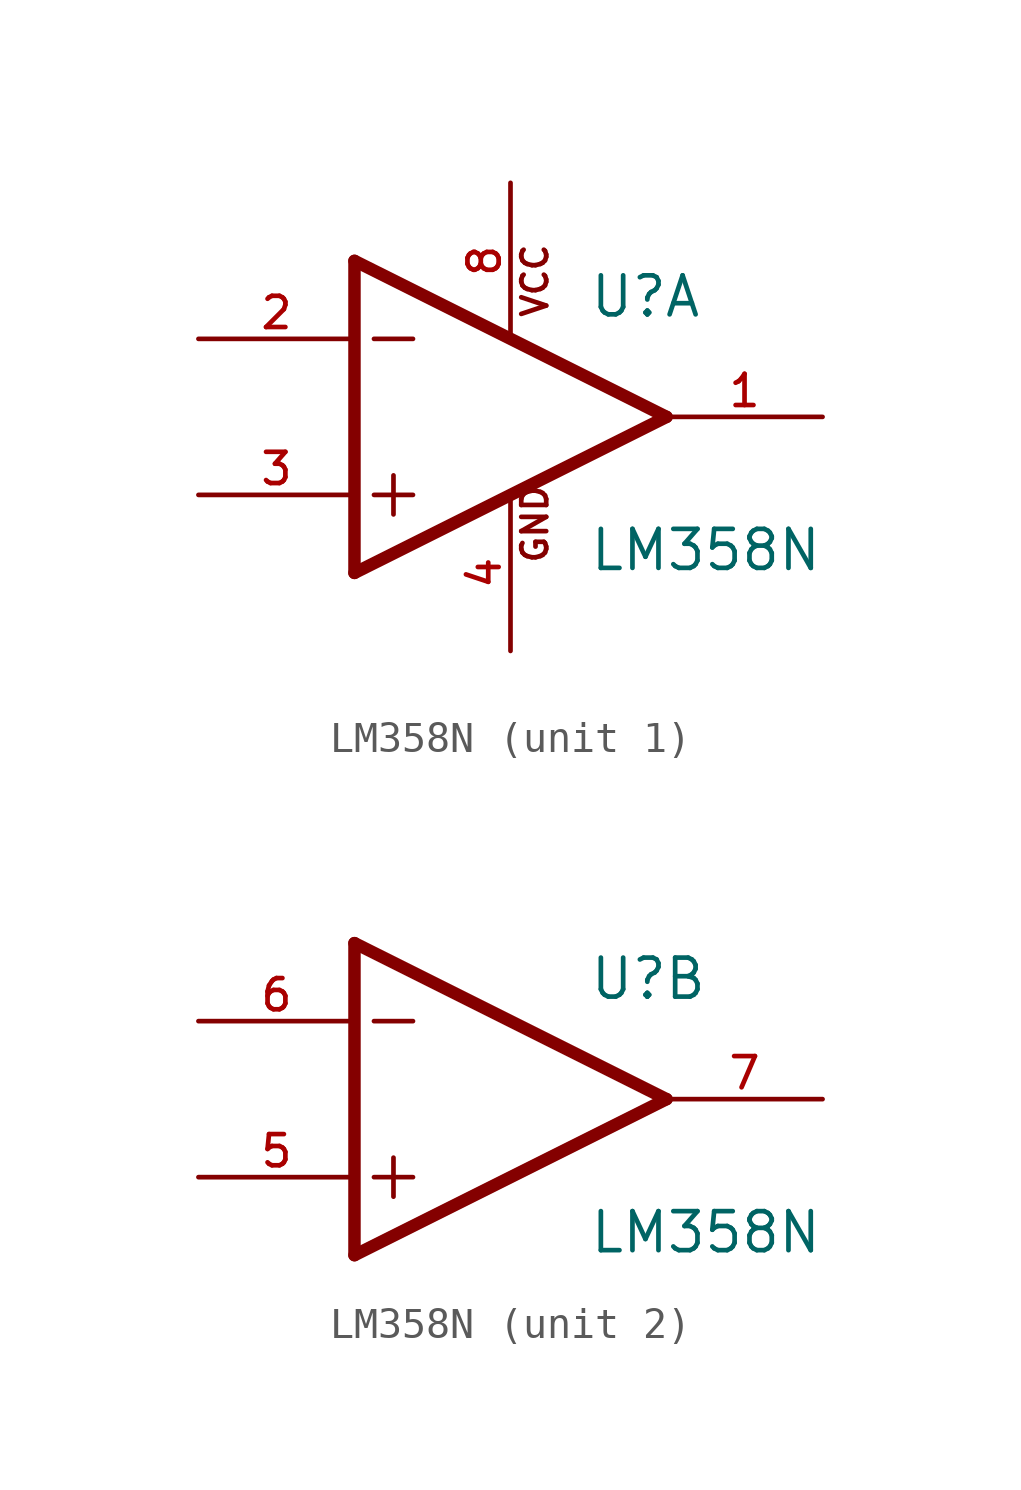
<source format=kicad_sym>
(kicad_symbol_lib
  (version 20211014)
  (generator kicad_symbol_editor)
  (symbol "LM358N"
    (pin_names
      (offset 1.016))
    (property "Reference" "U"
      (at 2.54 3.175 0)
      (effects (font (size 1.27 1.27)) (justify bottom left)))
    (property "Value" "LM358N"
      (at 2.54 -5.08 0)
      (effects (font (size 1.27 1.27)) (justify bottom left)))
    (symbol "LM358N_1_0"
      (polyline (pts (xy -5.08 5.08) (xy -5.08 -5.08)) (stroke (width 0.406)))
      (polyline (pts (xy -5.08 -5.08) (xy 5.08 0.0)) (stroke (width 0.406)))
      (polyline (pts (xy 5.08 0.0) (xy -5.08 5.08)) (stroke (width 0.406)))
      (polyline (pts (xy -3.81 -1.905) (xy -3.81 -3.175)) (stroke (width 0.152)))
      (polyline (pts (xy -4.445 2.54) (xy -3.175 2.54)) (stroke (width 0.152)))
      (polyline (pts (xy -4.445 -2.54) (xy -3.175 -2.54)) (stroke (width 0.152)))
      (text "VCC" (at 1.27 3.175 900) (effects (font (size 0.813 0.813)) (justify bottom left)))
      (text "GND" (at 1.27 -4.826 900) (effects (font (size 0.813 0.813)) (justify bottom left)))
      (pin input line (at -10.16 -2.54 0) (length 5.08) (name "~" (effects (font (size 1.016 1.016)))) (number "3" (effects (font (size 1.016 1.016)))))
      (pin input line (at -10.16 2.54 0) (length 5.08) (name "~" (effects (font (size 1.016 1.016)))) (number "2" (effects (font (size 1.016 1.016)))))
      (pin power_in line (at 0.0 7.62 270.0) (length 5.08) (name "~" (effects (font (size 1.016 1.016)))) (number "8" (effects (font (size 1.016 1.016)))))
      (pin output line (at 10.16 0.0 180.0) (length 5.08) (name "~" (effects (font (size 1.016 1.016)))) (number "1" (effects (font (size 1.016 1.016)))))
      (pin power_in line (at 0.0 -7.62 90.0) (length 5.08) (name "~" (effects (font (size 1.016 1.016)))) (number "4" (effects (font (size 1.016 1.016))))))
    (symbol "LM358N_2_0"
      (polyline (pts (xy -5.08 5.08) (xy -5.08 -5.08)) (stroke (width 0.406)))
      (polyline (pts (xy -5.08 -5.08) (xy 5.08 0.0)) (stroke (width 0.406)))
      (polyline (pts (xy 5.08 0.0) (xy -5.08 5.08)) (stroke (width 0.406)))
      (polyline (pts (xy -3.81 -1.905) (xy -3.81 -3.175)) (stroke (width 0.152)))
      (polyline (pts (xy -4.445 2.54) (xy -3.175 2.54)) (stroke (width 0.152)))
      (polyline (pts (xy -4.445 -2.54) (xy -3.175 -2.54)) (stroke (width 0.152)))
      (pin input line (at -10.16 -2.54 0) (length 5.08) (name "~" (effects (font (size 1.016 1.016)))) (number "5" (effects (font (size 1.016 1.016)))))
      (pin input line (at -10.16 2.54 0) (length 5.08) (name "~" (effects (font (size 1.016 1.016)))) (number "6" (effects (font (size 1.016 1.016)))))
      (pin output line (at 10.16 0.0 180.0) (length 5.08) (name "~" (effects (font (size 1.016 1.016)))) (number "7" (effects (font (size 1.016 1.016))))))))
</source>
